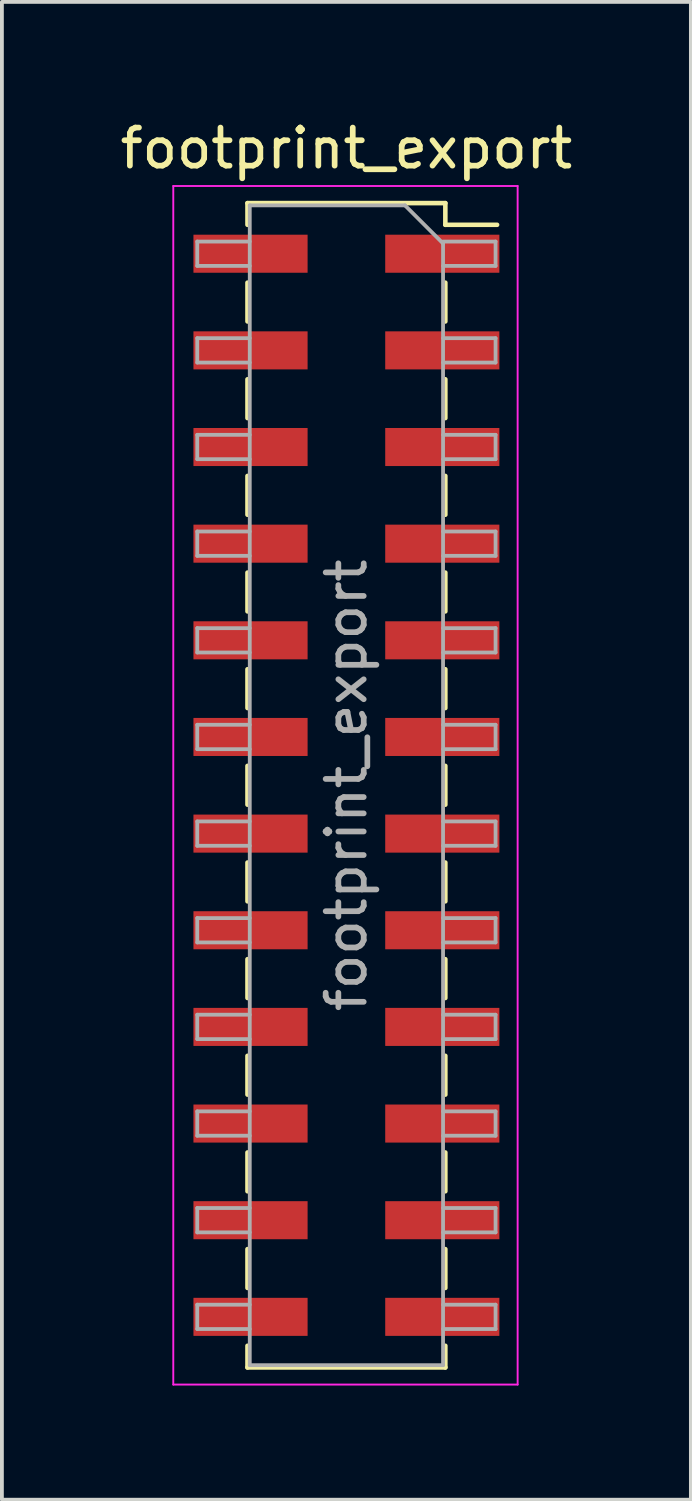
<source format=kicad_pcb>
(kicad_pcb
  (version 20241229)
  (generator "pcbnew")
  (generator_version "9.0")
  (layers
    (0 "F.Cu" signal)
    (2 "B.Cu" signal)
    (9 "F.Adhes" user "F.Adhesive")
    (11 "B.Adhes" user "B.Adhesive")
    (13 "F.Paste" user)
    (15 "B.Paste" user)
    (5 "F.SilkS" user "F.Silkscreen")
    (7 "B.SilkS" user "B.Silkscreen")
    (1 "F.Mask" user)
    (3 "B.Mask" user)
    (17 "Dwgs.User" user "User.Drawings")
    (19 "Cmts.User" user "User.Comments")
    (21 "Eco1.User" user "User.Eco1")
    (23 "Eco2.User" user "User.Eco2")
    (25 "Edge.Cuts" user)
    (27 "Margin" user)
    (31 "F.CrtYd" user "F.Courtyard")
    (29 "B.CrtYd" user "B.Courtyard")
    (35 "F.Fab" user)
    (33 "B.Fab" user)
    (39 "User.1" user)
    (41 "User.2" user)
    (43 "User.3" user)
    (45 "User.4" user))
  (footprint "footprint_export"
    (layer "F.Cu")
    (at 6.054 17.588)
    (property "Reference" "footprint_export" (at 0 -16.74 0) (layer "F.SilkS") (effects (font (size 1 1) (thickness 0.15))))
    (attr smd)
    (fp_line (start -2.6 -15.3) (end -2.6 -14.73) (stroke (width 0.12) (type solid)) (layer "F.SilkS"))
    (fp_line (start -2.6 -15.3) (end 2.6 -15.3) (stroke (width 0.12) (type solid)) (layer "F.SilkS"))
    (fp_line (start -2.6 -13.21) (end -2.6 -12.19) (stroke (width 0.12) (type solid)) (layer "F.SilkS"))
    (fp_line (start -2.6 -10.67) (end -2.6 -9.65) (stroke (width 0.12) (type solid)) (layer "F.SilkS"))
    (fp_line (start -2.6 -8.13) (end -2.6 -7.11) (stroke (width 0.12) (type solid)) (layer "F.SilkS"))
    (fp_line (start -2.6 -5.59) (end -2.6 -4.57) (stroke (width 0.12) (type solid)) (layer "F.SilkS"))
    (fp_line (start -2.6 -3.05) (end -2.6 -2.03) (stroke (width 0.12) (type solid)) (layer "F.SilkS"))
    (fp_line (start -2.6 -0.51) (end -2.6 0.51) (stroke (width 0.12) (type solid)) (layer "F.SilkS"))
    (fp_line (start -2.6 2.03) (end -2.6 3.05) (stroke (width 0.12) (type solid)) (layer "F.SilkS"))
    (fp_line (start -2.6 4.57) (end -2.6 5.59) (stroke (width 0.12) (type solid)) (layer "F.SilkS"))
    (fp_line (start -2.6 7.11) (end -2.6 8.13) (stroke (width 0.12) (type solid)) (layer "F.SilkS"))
    (fp_line (start -2.6 9.65) (end -2.6 10.67) (stroke (width 0.12) (type solid)) (layer "F.SilkS"))
    (fp_line (start -2.6 12.19) (end -2.6 13.21) (stroke (width 0.12) (type solid)) (layer "F.SilkS"))
    (fp_line (start -2.6 14.73) (end -2.6 15.3) (stroke (width 0.12) (type solid)) (layer "F.SilkS"))
    (fp_line (start -2.6 15.3) (end 2.6 15.3) (stroke (width 0.12) (type solid)) (layer "F.SilkS"))
    (fp_line (start 2.6 -15.3) (end 2.6 -14.73) (stroke (width 0.12) (type solid)) (layer "F.SilkS"))
    (fp_line (start 2.6 -14.73) (end 3.96 -14.73) (stroke (width 0.12) (type solid)) (layer "F.SilkS"))
    (fp_line (start 2.6 -13.21) (end 2.6 -12.19) (stroke (width 0.12) (type solid)) (layer "F.SilkS"))
    (fp_line (start 2.6 -10.67) (end 2.6 -9.65) (stroke (width 0.12) (type solid)) (layer "F.SilkS"))
    (fp_line (start 2.6 -8.13) (end 2.6 -7.11) (stroke (width 0.12) (type solid)) (layer "F.SilkS"))
    (fp_line (start 2.6 -5.59) (end 2.6 -4.57) (stroke (width 0.12) (type solid)) (layer "F.SilkS"))
    (fp_line (start 2.6 -3.05) (end 2.6 -2.03) (stroke (width 0.12) (type solid)) (layer "F.SilkS"))
    (fp_line (start 2.6 -0.51) (end 2.6 0.51) (stroke (width 0.12) (type solid)) (layer "F.SilkS"))
    (fp_line (start 2.6 2.03) (end 2.6 3.05) (stroke (width 0.12) (type solid)) (layer "F.SilkS"))
    (fp_line (start 2.6 4.57) (end 2.6 5.59) (stroke (width 0.12) (type solid)) (layer "F.SilkS"))
    (fp_line (start 2.6 7.11) (end 2.6 8.13) (stroke (width 0.12) (type solid)) (layer "F.SilkS"))
    (fp_line (start 2.6 9.65) (end 2.6 10.67) (stroke (width 0.12) (type solid)) (layer "F.SilkS"))
    (fp_line (start 2.6 12.19) (end 2.6 13.21) (stroke (width 0.12) (type solid)) (layer "F.SilkS"))
    (fp_line (start 2.6 14.73) (end 2.6 15.3) (stroke (width 0.12) (type solid)) (layer "F.SilkS"))
    (fp_line (start -4.55 -15.75) (end 4.5 -15.75) (stroke (width 0.05) (type solid)) (layer "F.CrtYd"))
    (fp_line (start -4.55 15.75) (end -4.55 -15.75) (stroke (width 0.05) (type solid)) (layer "F.CrtYd"))
    (fp_line (start 4.5 -15.75) (end 4.5 15.75) (stroke (width 0.05) (type solid)) (layer "F.CrtYd"))
    (fp_line (start 4.5 15.75) (end -4.55 15.75) (stroke (width 0.05) (type solid)) (layer "F.CrtYd"))
    (fp_line (start -3.92 -14.29) (end -2.54 -14.29) (stroke (width 0.1) (type solid)) (layer "F.Fab"))
    (fp_line (start -3.92 -13.65) (end -3.92 -14.29) (stroke (width 0.1) (type solid)) (layer "F.Fab"))
    (fp_line (start -3.92 -11.75) (end -2.54 -11.75) (stroke (width 0.1) (type solid)) (layer "F.Fab"))
    (fp_line (start -3.92 -11.11) (end -3.92 -11.75) (stroke (width 0.1) (type solid)) (layer "F.Fab"))
    (fp_line (start -3.92 -9.21) (end -2.54 -9.21) (stroke (width 0.1) (type solid)) (layer "F.Fab"))
    (fp_line (start -3.92 -8.57) (end -3.92 -9.21) (stroke (width 0.1) (type solid)) (layer "F.Fab"))
    (fp_line (start -3.92 -6.67) (end -2.54 -6.67) (stroke (width 0.1) (type solid)) (layer "F.Fab"))
    (fp_line (start -3.92 -6.03) (end -3.92 -6.67) (stroke (width 0.1) (type solid)) (layer "F.Fab"))
    (fp_line (start -3.92 -4.13) (end -2.54 -4.13) (stroke (width 0.1) (type solid)) (layer "F.Fab"))
    (fp_line (start -3.92 -3.49) (end -3.92 -4.13) (stroke (width 0.1) (type solid)) (layer "F.Fab"))
    (fp_line (start -3.92 -1.59) (end -2.54 -1.59) (stroke (width 0.1) (type solid)) (layer "F.Fab"))
    (fp_line (start -3.92 -0.95) (end -3.92 -1.59) (stroke (width 0.1) (type solid)) (layer "F.Fab"))
    (fp_line (start -3.92 0.95) (end -2.54 0.95) (stroke (width 0.1) (type solid)) (layer "F.Fab"))
    (fp_line (start -3.92 1.59) (end -3.92 0.95) (stroke (width 0.1) (type solid)) (layer "F.Fab"))
    (fp_line (start -3.92 3.49) (end -2.54 3.49) (stroke (width 0.1) (type solid)) (layer "F.Fab"))
    (fp_line (start -3.92 4.13) (end -3.92 3.49) (stroke (width 0.1) (type solid)) (layer "F.Fab"))
    (fp_line (start -3.92 6.03) (end -2.54 6.03) (stroke (width 0.1) (type solid)) (layer "F.Fab"))
    (fp_line (start -3.92 6.67) (end -3.92 6.03) (stroke (width 0.1) (type solid)) (layer "F.Fab"))
    (fp_line (start -3.92 8.57) (end -2.54 8.57) (stroke (width 0.1) (type solid)) (layer "F.Fab"))
    (fp_line (start -3.92 9.21) (end -3.92 8.57) (stroke (width 0.1) (type solid)) (layer "F.Fab"))
    (fp_line (start -3.92 11.11) (end -2.54 11.11) (stroke (width 0.1) (type solid)) (layer "F.Fab"))
    (fp_line (start -3.92 11.75) (end -3.92 11.11) (stroke (width 0.1) (type solid)) (layer "F.Fab"))
    (fp_line (start -3.92 13.65) (end -2.54 13.65) (stroke (width 0.1) (type solid)) (layer "F.Fab"))
    (fp_line (start -3.92 14.29) (end -3.92 13.65) (stroke (width 0.1) (type solid)) (layer "F.Fab"))
    (fp_line (start -2.54 -15.24) (end 1.54 -15.24) (stroke (width 0.1) (type solid)) (layer "F.Fab"))
    (fp_line (start -2.54 -13.65) (end -3.92 -13.65) (stroke (width 0.1) (type solid)) (layer "F.Fab"))
    (fp_line (start -2.54 -11.11) (end -3.92 -11.11) (stroke (width 0.1) (type solid)) (layer "F.Fab"))
    (fp_line (start -2.54 -8.57) (end -3.92 -8.57) (stroke (width 0.1) (type solid)) (layer "F.Fab"))
    (fp_line (start -2.54 -6.03) (end -3.92 -6.03) (stroke (width 0.1) (type solid)) (layer "F.Fab"))
    (fp_line (start -2.54 -3.49) (end -3.92 -3.49) (stroke (width 0.1) (type solid)) (layer "F.Fab"))
    (fp_line (start -2.54 -0.95) (end -3.92 -0.95) (stroke (width 0.1) (type solid)) (layer "F.Fab"))
    (fp_line (start -2.54 1.59) (end -3.92 1.59) (stroke (width 0.1) (type solid)) (layer "F.Fab"))
    (fp_line (start -2.54 4.13) (end -3.92 4.13) (stroke (width 0.1) (type solid)) (layer "F.Fab"))
    (fp_line (start -2.54 6.67) (end -3.92 6.67) (stroke (width 0.1) (type solid)) (layer "F.Fab"))
    (fp_line (start -2.54 9.21) (end -3.92 9.21) (stroke (width 0.1) (type solid)) (layer "F.Fab"))
    (fp_line (start -2.54 11.75) (end -3.92 11.75) (stroke (width 0.1) (type solid)) (layer "F.Fab"))
    (fp_line (start -2.54 14.29) (end -3.92 14.29) (stroke (width 0.1) (type solid)) (layer "F.Fab"))
    (fp_line (start -2.54 15.24) (end -2.54 -15.24) (stroke (width 0.1) (type solid)) (layer "F.Fab"))
    (fp_line (start 1.54 -15.24) (end 2.54 -14.24) (stroke (width 0.1) (type solid)) (layer "F.Fab"))
    (fp_line (start 2.54 -14.29) (end 3.92 -14.29) (stroke (width 0.1) (type solid)) (layer "F.Fab"))
    (fp_line (start 2.54 -14.24) (end 2.54 15.24) (stroke (width 0.1) (type solid)) (layer "F.Fab"))
    (fp_line (start 2.54 -11.75) (end 3.92 -11.75) (stroke (width 0.1) (type solid)) (layer "F.Fab"))
    (fp_line (start 2.54 -9.21) (end 3.92 -9.21) (stroke (width 0.1) (type solid)) (layer "F.Fab"))
    (fp_line (start 2.54 -6.67) (end 3.92 -6.67) (stroke (width 0.1) (type solid)) (layer "F.Fab"))
    (fp_line (start 2.54 -4.13) (end 3.92 -4.13) (stroke (width 0.1) (type solid)) (layer "F.Fab"))
    (fp_line (start 2.54 -1.59) (end 3.92 -1.59) (stroke (width 0.1) (type solid)) (layer "F.Fab"))
    (fp_line (start 2.54 0.95) (end 3.92 0.95) (stroke (width 0.1) (type solid)) (layer "F.Fab"))
    (fp_line (start 2.54 3.49) (end 3.92 3.49) (stroke (width 0.1) (type solid)) (layer "F.Fab"))
    (fp_line (start 2.54 6.03) (end 3.92 6.03) (stroke (width 0.1) (type solid)) (layer "F.Fab"))
    (fp_line (start 2.54 8.57) (end 3.92 8.57) (stroke (width 0.1) (type solid)) (layer "F.Fab"))
    (fp_line (start 2.54 11.11) (end 3.92 11.11) (stroke (width 0.1) (type solid)) (layer "F.Fab"))
    (fp_line (start 2.54 13.65) (end 3.92 13.65) (stroke (width 0.1) (type solid)) (layer "F.Fab"))
    (fp_line (start 2.54 15.24) (end -2.54 15.24) (stroke (width 0.1) (type solid)) (layer "F.Fab"))
    (fp_line (start 3.92 -14.29) (end 3.92 -13.65) (stroke (width 0.1) (type solid)) (layer "F.Fab"))
    (fp_line (start 3.92 -13.65) (end 2.54 -13.65) (stroke (width 0.1) (type solid)) (layer "F.Fab"))
    (fp_line (start 3.92 -11.75) (end 3.92 -11.11) (stroke (width 0.1) (type solid)) (layer "F.Fab"))
    (fp_line (start 3.92 -11.11) (end 2.54 -11.11) (stroke (width 0.1) (type solid)) (layer "F.Fab"))
    (fp_line (start 3.92 -9.21) (end 3.92 -8.57) (stroke (width 0.1) (type solid)) (layer "F.Fab"))
    (fp_line (start 3.92 -8.57) (end 2.54 -8.57) (stroke (width 0.1) (type solid)) (layer "F.Fab"))
    (fp_line (start 3.92 -6.67) (end 3.92 -6.03) (stroke (width 0.1) (type solid)) (layer "F.Fab"))
    (fp_line (start 3.92 -6.03) (end 2.54 -6.03) (stroke (width 0.1) (type solid)) (layer "F.Fab"))
    (fp_line (start 3.92 -4.13) (end 3.92 -3.49) (stroke (width 0.1) (type solid)) (layer "F.Fab"))
    (fp_line (start 3.92 -3.49) (end 2.54 -3.49) (stroke (width 0.1) (type solid)) (layer "F.Fab"))
    (fp_line (start 3.92 -1.59) (end 3.92 -0.95) (stroke (width 0.1) (type solid)) (layer "F.Fab"))
    (fp_line (start 3.92 -0.95) (end 2.54 -0.95) (stroke (width 0.1) (type solid)) (layer "F.Fab"))
    (fp_line (start 3.92 0.95) (end 3.92 1.59) (stroke (width 0.1) (type solid)) (layer "F.Fab"))
    (fp_line (start 3.92 1.59) (end 2.54 1.59) (stroke (width 0.1) (type solid)) (layer "F.Fab"))
    (fp_line (start 3.92 3.49) (end 3.92 4.13) (stroke (width 0.1) (type solid)) (layer "F.Fab"))
    (fp_line (start 3.92 4.13) (end 2.54 4.13) (stroke (width 0.1) (type solid)) (layer "F.Fab"))
    (fp_line (start 3.92 6.03) (end 3.92 6.67) (stroke (width 0.1) (type solid)) (layer "F.Fab"))
    (fp_line (start 3.92 6.67) (end 2.54 6.67) (stroke (width 0.1) (type solid)) (layer "F.Fab"))
    (fp_line (start 3.92 8.57) (end 3.92 9.21) (stroke (width 0.1) (type solid)) (layer "F.Fab"))
    (fp_line (start 3.92 9.21) (end 2.54 9.21) (stroke (width 0.1) (type solid)) (layer "F.Fab"))
    (fp_line (start 3.92 11.11) (end 3.92 11.75) (stroke (width 0.1) (type solid)) (layer "F.Fab"))
    (fp_line (start 3.92 11.75) (end 2.54 11.75) (stroke (width 0.1) (type solid)) (layer "F.Fab"))
    (fp_line (start 3.92 13.65) (end 3.92 14.29) (stroke (width 0.1) (type solid)) (layer "F.Fab"))
    (fp_line (start 3.92 14.29) (end 2.54 14.29) (stroke (width 0.1) (type solid)) (layer "F.Fab"))
    (fp_text user "${REFERENCE}" (at 0 0 90) (layer "F.Fab") (effects (font (size 1 1) (thickness 0.15))))
    (pad "1" smd rect (at 2.52 -13.97) (size 3 1) (layers "F.Cu" "F.Mask" "F.Paste"))
    (pad "2" smd rect (at -2.52 -13.97) (size 3 1) (layers "F.Cu" "F.Mask" "F.Paste"))
    (pad "3" smd rect (at 2.52 -11.43) (size 3 1) (layers "F.Cu" "F.Mask" "F.Paste"))
    (pad "4" smd rect (at -2.52 -11.43) (size 3 1) (layers "F.Cu" "F.Mask" "F.Paste"))
    (pad "5" smd rect (at 2.52 -8.89) (size 3 1) (layers "F.Cu" "F.Mask" "F.Paste"))
    (pad "6" smd rect (at -2.52 -8.89) (size 3 1) (layers "F.Cu" "F.Mask" "F.Paste"))
    (pad "7" smd rect (at 2.52 -6.35) (size 3 1) (layers "F.Cu" "F.Mask" "F.Paste"))
    (pad "8" smd rect (at -2.52 -6.35) (size 3 1) (layers "F.Cu" "F.Mask" "F.Paste"))
    (pad "9" smd rect (at 2.52 -3.81) (size 3 1) (layers "F.Cu" "F.Mask" "F.Paste"))
    (pad "10" smd rect (at -2.52 -3.81) (size 3 1) (layers "F.Cu" "F.Mask" "F.Paste"))
    (pad "11" smd rect (at 2.52 -1.27) (size 3 1) (layers "F.Cu" "F.Mask" "F.Paste"))
    (pad "12" smd rect (at -2.52 -1.27) (size 3 1) (layers "F.Cu" "F.Mask" "F.Paste"))
    (pad "13" smd rect (at 2.52 1.27) (size 3 1) (layers "F.Cu" "F.Mask" "F.Paste"))
    (pad "14" smd rect (at -2.52 1.27) (size 3 1) (layers "F.Cu" "F.Mask" "F.Paste"))
    (pad "15" smd rect (at 2.52 3.81) (size 3 1) (layers "F.Cu" "F.Mask" "F.Paste"))
    (pad "16" smd rect (at -2.52 3.81) (size 3 1) (layers "F.Cu" "F.Mask" "F.Paste"))
    (pad "17" smd rect (at 2.52 6.35) (size 3 1) (layers "F.Cu" "F.Mask" "F.Paste"))
    (pad "18" smd rect (at -2.52 6.35) (size 3 1) (layers "F.Cu" "F.Mask" "F.Paste"))
    (pad "19" smd rect (at 2.52 8.89) (size 3 1) (layers "F.Cu" "F.Mask" "F.Paste"))
    (pad "20" smd rect (at -2.52 8.89) (size 3 1) (layers "F.Cu" "F.Mask" "F.Paste"))
    (pad "21" smd rect (at 2.52 11.43) (size 3 1) (layers "F.Cu" "F.Mask" "F.Paste"))
    (pad "22" smd rect (at -2.52 11.43) (size 3 1) (layers "F.Cu" "F.Mask" "F.Paste"))
    (pad "23" smd rect (at 2.52 13.97) (size 3 1) (layers "F.Cu" "F.Mask" "F.Paste"))
    (pad "24" smd rect (at -2.52 13.97) (size 3 1) (layers "F.Cu" "F.Mask" "F.Paste")))
  (gr_rect
    (start -3 -3)
    (end 15.107 36.363)
    (stroke (width 0.1) (type default))
    (fill no)
    (layer "Edge.Cuts")))
</source>
